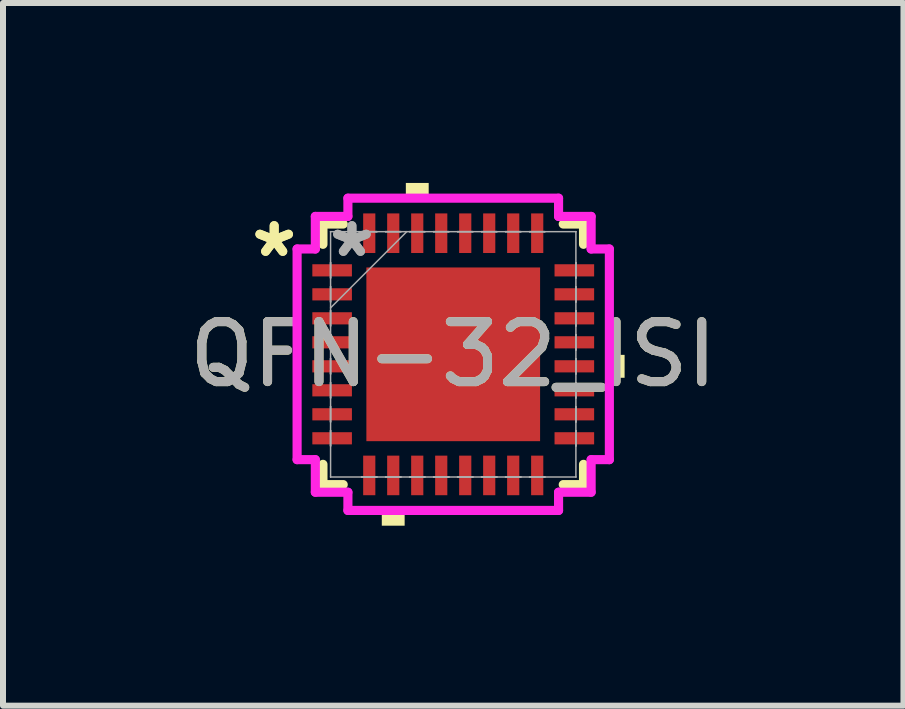
<source format=kicad_pcb>
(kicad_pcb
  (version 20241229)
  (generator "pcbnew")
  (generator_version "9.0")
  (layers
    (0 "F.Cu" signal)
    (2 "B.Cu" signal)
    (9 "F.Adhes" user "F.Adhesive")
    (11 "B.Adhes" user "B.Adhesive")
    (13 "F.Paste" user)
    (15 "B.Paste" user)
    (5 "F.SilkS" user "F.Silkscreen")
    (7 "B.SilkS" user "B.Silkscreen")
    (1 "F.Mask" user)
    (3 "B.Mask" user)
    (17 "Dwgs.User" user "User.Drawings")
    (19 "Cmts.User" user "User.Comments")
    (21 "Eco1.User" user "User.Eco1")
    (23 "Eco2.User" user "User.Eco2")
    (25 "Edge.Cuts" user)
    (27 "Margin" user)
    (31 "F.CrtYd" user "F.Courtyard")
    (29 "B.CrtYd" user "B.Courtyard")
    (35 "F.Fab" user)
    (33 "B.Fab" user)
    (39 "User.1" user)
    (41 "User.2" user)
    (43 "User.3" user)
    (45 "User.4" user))
  (footprint "QFN-32_ISI"
    (layer "F.Cu")
    (at 4.506 2.857)
    (property "Reference" "QFN-32_ISI" (at 0 0 0) (unlocked yes) (layer "F.SilkS") (effects (font (size 1 1) (thickness 0.15))))
    (attr smd)
    (fp_line (start -2.172 -2.172) (end -2.172 -1.834) (stroke (width 0.152) (type solid)) (layer "F.SilkS"))
    (fp_line (start -2.172 1.834) (end -2.172 2.172) (stroke (width 0.152) (type solid)) (layer "F.SilkS"))
    (fp_line (start -2.172 2.172) (end -1.834 2.172) (stroke (width 0.152) (type solid)) (layer "F.SilkS"))
    (fp_line (start -1.834 -2.172) (end -2.172 -2.172) (stroke (width 0.152) (type solid)) (layer "F.SilkS"))
    (fp_line (start 1.834 2.172) (end 2.172 2.172) (stroke (width 0.152) (type solid)) (layer "F.SilkS"))
    (fp_line (start 2.172 -2.172) (end 1.834 -2.172) (stroke (width 0.152) (type solid)) (layer "F.SilkS"))
    (fp_line (start 2.172 -1.834) (end 2.172 -2.172) (stroke (width 0.152) (type solid)) (layer "F.SilkS"))
    (fp_line (start 2.172 2.172) (end 2.172 1.834) (stroke (width 0.152) (type solid)) (layer "F.SilkS"))
    (fp_poly (pts (xy -1.191 2.603) (xy -1.191 2.857) (xy -0.81 2.857) (xy -0.81 2.603)) (stroke (width 0) (type solid)) (fill yes) (layer "F.SilkS"))
    (fp_poly (pts (xy -0.79 -2.603) (xy -0.79 -2.857) (xy -0.409 -2.857) (xy -0.409 -2.603)) (stroke (width 0) (type solid)) (fill yes) (layer "F.SilkS"))
    (fp_poly (pts (xy 2.857 0.009) (xy 2.857 0.391) (xy 2.603 0.391) (xy 2.603 0.009)) (stroke (width 0) (type solid)) (fill yes) (layer "F.SilkS"))
    (fp_poly (pts (xy -1.348 -1.348) (xy -1.348 -0.1) (xy -0.1 -0.1) (xy -0.1 -1.348)) (stroke (width 0) (type solid)) (fill yes) (layer "F.Paste"))
    (fp_poly (pts (xy -1.348 0.1) (xy -1.348 1.348) (xy -0.1 1.348) (xy -0.1 0.1)) (stroke (width 0) (type solid)) (fill yes) (layer "F.Paste"))
    (fp_poly (pts (xy 0.1 -1.348) (xy 0.1 -0.1) (xy 1.348 -0.1) (xy 1.348 -1.348)) (stroke (width 0) (type solid)) (fill yes) (layer "F.Paste"))
    (fp_poly (pts (xy 0.1 0.1) (xy 0.1 1.348) (xy 1.348 1.348) (xy 1.348 0.1)) (stroke (width 0) (type solid)) (fill yes) (layer "F.Paste"))
    (fp_line (start -2.603 -1.756) (end -2.299 -1.756) (stroke (width 0.152) (type solid)) (layer "F.CrtYd"))
    (fp_line (start -2.603 1.756) (end -2.603 -1.756) (stroke (width 0.152) (type solid)) (layer "F.CrtYd"))
    (fp_line (start -2.299 -2.299) (end -1.756 -2.299) (stroke (width 0.152) (type solid)) (layer "F.CrtYd"))
    (fp_line (start -2.299 -1.756) (end -2.299 -2.299) (stroke (width 0.152) (type solid)) (layer "F.CrtYd"))
    (fp_line (start -2.299 1.756) (end -2.603 1.756) (stroke (width 0.152) (type solid)) (layer "F.CrtYd"))
    (fp_line (start -2.299 2.299) (end -2.299 1.756) (stroke (width 0.152) (type solid)) (layer "F.CrtYd"))
    (fp_line (start -1.756 -2.603) (end 1.756 -2.603) (stroke (width 0.152) (type solid)) (layer "F.CrtYd"))
    (fp_line (start -1.756 -2.299) (end -1.756 -2.603) (stroke (width 0.152) (type solid)) (layer "F.CrtYd"))
    (fp_line (start -1.756 2.299) (end -2.299 2.299) (stroke (width 0.152) (type solid)) (layer "F.CrtYd"))
    (fp_line (start -1.756 2.603) (end -1.756 2.299) (stroke (width 0.152) (type solid)) (layer "F.CrtYd"))
    (fp_line (start 1.756 -2.603) (end 1.756 -2.299) (stroke (width 0.152) (type solid)) (layer "F.CrtYd"))
    (fp_line (start 1.756 -2.299) (end 2.299 -2.299) (stroke (width 0.152) (type solid)) (layer "F.CrtYd"))
    (fp_line (start 1.756 2.299) (end 1.756 2.603) (stroke (width 0.152) (type solid)) (layer "F.CrtYd"))
    (fp_line (start 1.756 2.603) (end -1.756 2.603) (stroke (width 0.152) (type solid)) (layer "F.CrtYd"))
    (fp_line (start 2.299 -2.299) (end 2.299 -1.756) (stroke (width 0.152) (type solid)) (layer "F.CrtYd"))
    (fp_line (start 2.299 -1.756) (end 2.603 -1.756) (stroke (width 0.152) (type solid)) (layer "F.CrtYd"))
    (fp_line (start 2.299 1.756) (end 2.299 2.299) (stroke (width 0.152) (type solid)) (layer "F.CrtYd"))
    (fp_line (start 2.299 2.299) (end 1.756 2.299) (stroke (width 0.152) (type solid)) (layer "F.CrtYd"))
    (fp_line (start 2.603 -1.756) (end 2.603 1.756) (stroke (width 0.152) (type solid)) (layer "F.CrtYd"))
    (fp_line (start 2.603 1.756) (end 2.299 1.756) (stroke (width 0.152) (type solid)) (layer "F.CrtYd"))
    (fp_line (start -2.045 -2.045) (end -2.045 -2.045) (stroke (width 0.025) (type solid)) (layer "F.Fab"))
    (fp_line (start -2.045 -2.045) (end -2.045 2.045) (stroke (width 0.025) (type solid)) (layer "F.Fab"))
    (fp_line (start -2.045 -1.527) (end -2.045 -1.527) (stroke (width 0.025) (type solid)) (layer "F.Fab"))
    (fp_line (start -2.045 -1.527) (end -2.045 -1.273) (stroke (width 0.025) (type solid)) (layer "F.Fab"))
    (fp_line (start -2.045 -1.273) (end -2.045 -1.527) (stroke (width 0.025) (type solid)) (layer "F.Fab"))
    (fp_line (start -2.045 -1.273) (end -2.045 -1.273) (stroke (width 0.025) (type solid)) (layer "F.Fab"))
    (fp_line (start -2.045 -1.127) (end -2.045 -1.127) (stroke (width 0.025) (type solid)) (layer "F.Fab"))
    (fp_line (start -2.045 -1.127) (end -2.045 -0.873) (stroke (width 0.025) (type solid)) (layer "F.Fab"))
    (fp_line (start -2.045 -0.873) (end -2.045 -1.127) (stroke (width 0.025) (type solid)) (layer "F.Fab"))
    (fp_line (start -2.045 -0.873) (end -2.045 -0.873) (stroke (width 0.025) (type solid)) (layer "F.Fab"))
    (fp_line (start -2.045 -0.775) (end -0.775 -2.045) (stroke (width 0.025) (type solid)) (layer "F.Fab"))
    (fp_line (start -2.045 -0.727) (end -2.045 -0.727) (stroke (width 0.025) (type solid)) (layer "F.Fab"))
    (fp_line (start -2.045 -0.727) (end -2.045 -0.473) (stroke (width 0.025) (type solid)) (layer "F.Fab"))
    (fp_line (start -2.045 -0.473) (end -2.045 -0.727) (stroke (width 0.025) (type solid)) (layer "F.Fab"))
    (fp_line (start -2.045 -0.473) (end -2.045 -0.473) (stroke (width 0.025) (type solid)) (layer "F.Fab"))
    (fp_line (start -2.045 -0.327) (end -2.045 -0.327) (stroke (width 0.025) (type solid)) (layer "F.Fab"))
    (fp_line (start -2.045 -0.327) (end -2.045 -0.073) (stroke (width 0.025) (type solid)) (layer "F.Fab"))
    (fp_line (start -2.045 -0.073) (end -2.045 -0.327) (stroke (width 0.025) (type solid)) (layer "F.Fab"))
    (fp_line (start -2.045 -0.073) (end -2.045 -0.073) (stroke (width 0.025) (type solid)) (layer "F.Fab"))
    (fp_line (start -2.045 0.073) (end -2.045 0.073) (stroke (width 0.025) (type solid)) (layer "F.Fab"))
    (fp_line (start -2.045 0.073) (end -2.045 0.327) (stroke (width 0.025) (type solid)) (layer "F.Fab"))
    (fp_line (start -2.045 0.327) (end -2.045 0.073) (stroke (width 0.025) (type solid)) (layer "F.Fab"))
    (fp_line (start -2.045 0.327) (end -2.045 0.327) (stroke (width 0.025) (type solid)) (layer "F.Fab"))
    (fp_line (start -2.045 0.473) (end -2.045 0.473) (stroke (width 0.025) (type solid)) (layer "F.Fab"))
    (fp_line (start -2.045 0.473) (end -2.045 0.727) (stroke (width 0.025) (type solid)) (layer "F.Fab"))
    (fp_line (start -2.045 0.727) (end -2.045 0.473) (stroke (width 0.025) (type solid)) (layer "F.Fab"))
    (fp_line (start -2.045 0.727) (end -2.045 0.727) (stroke (width 0.025) (type solid)) (layer "F.Fab"))
    (fp_line (start -2.045 0.873) (end -2.045 0.873) (stroke (width 0.025) (type solid)) (layer "F.Fab"))
    (fp_line (start -2.045 0.873) (end -2.045 1.127) (stroke (width 0.025) (type solid)) (layer "F.Fab"))
    (fp_line (start -2.045 1.127) (end -2.045 0.873) (stroke (width 0.025) (type solid)) (layer "F.Fab"))
    (fp_line (start -2.045 1.127) (end -2.045 1.127) (stroke (width 0.025) (type solid)) (layer "F.Fab"))
    (fp_line (start -2.045 1.273) (end -2.045 1.273) (stroke (width 0.025) (type solid)) (layer "F.Fab"))
    (fp_line (start -2.045 1.273) (end -2.045 1.527) (stroke (width 0.025) (type solid)) (layer "F.Fab"))
    (fp_line (start -2.045 1.527) (end -2.045 1.273) (stroke (width 0.025) (type solid)) (layer "F.Fab"))
    (fp_line (start -2.045 1.527) (end -2.045 1.527) (stroke (width 0.025) (type solid)) (layer "F.Fab"))
    (fp_line (start -2.045 2.045) (end -2.045 2.045) (stroke (width 0.025) (type solid)) (layer "F.Fab"))
    (fp_line (start -2.045 2.045) (end 2.045 2.045) (stroke (width 0.025) (type solid)) (layer "F.Fab"))
    (fp_line (start -1.527 -2.045) (end -1.527 -2.045) (stroke (width 0.025) (type solid)) (layer "F.Fab"))
    (fp_line (start -1.527 -2.045) (end -1.273 -2.045) (stroke (width 0.025) (type solid)) (layer "F.Fab"))
    (fp_line (start -1.527 2.045) (end -1.527 2.045) (stroke (width 0.025) (type solid)) (layer "F.Fab"))
    (fp_line (start -1.527 2.045) (end -1.273 2.045) (stroke (width 0.025) (type solid)) (layer "F.Fab"))
    (fp_line (start -1.273 -2.045) (end -1.527 -2.045) (stroke (width 0.025) (type solid)) (layer "F.Fab"))
    (fp_line (start -1.273 -2.045) (end -1.273 -2.045) (stroke (width 0.025) (type solid)) (layer "F.Fab"))
    (fp_line (start -1.273 2.045) (end -1.527 2.045) (stroke (width 0.025) (type solid)) (layer "F.Fab"))
    (fp_line (start -1.273 2.045) (end -1.273 2.045) (stroke (width 0.025) (type solid)) (layer "F.Fab"))
    (fp_line (start -1.127 -2.045) (end -1.127 -2.045) (stroke (width 0.025) (type solid)) (layer "F.Fab"))
    (fp_line (start -1.127 -2.045) (end -0.873 -2.045) (stroke (width 0.025) (type solid)) (layer "F.Fab"))
    (fp_line (start -1.127 2.045) (end -1.127 2.045) (stroke (width 0.025) (type solid)) (layer "F.Fab"))
    (fp_line (start -1.127 2.045) (end -0.873 2.045) (stroke (width 0.025) (type solid)) (layer "F.Fab"))
    (fp_line (start -0.873 -2.045) (end -1.127 -2.045) (stroke (width 0.025) (type solid)) (layer "F.Fab"))
    (fp_line (start -0.873 -2.045) (end -0.873 -2.045) (stroke (width 0.025) (type solid)) (layer "F.Fab"))
    (fp_line (start -0.873 2.045) (end -1.127 2.045) (stroke (width 0.025) (type solid)) (layer "F.Fab"))
    (fp_line (start -0.873 2.045) (end -0.873 2.045) (stroke (width 0.025) (type solid)) (layer "F.Fab"))
    (fp_line (start -0.727 -2.045) (end -0.727 -2.045) (stroke (width 0.025) (type solid)) (layer "F.Fab"))
    (fp_line (start -0.727 -2.045) (end -0.473 -2.045) (stroke (width 0.025) (type solid)) (layer "F.Fab"))
    (fp_line (start -0.727 2.045) (end -0.727 2.045) (stroke (width 0.025) (type solid)) (layer "F.Fab"))
    (fp_line (start -0.727 2.045) (end -0.473 2.045) (stroke (width 0.025) (type solid)) (layer "F.Fab"))
    (fp_line (start -0.473 -2.045) (end -0.727 -2.045) (stroke (width 0.025) (type solid)) (layer "F.Fab"))
    (fp_line (start -0.473 -2.045) (end -0.473 -2.045) (stroke (width 0.025) (type solid)) (layer "F.Fab"))
    (fp_line (start -0.473 2.045) (end -0.727 2.045) (stroke (width 0.025) (type solid)) (layer "F.Fab"))
    (fp_line (start -0.473 2.045) (end -0.473 2.045) (stroke (width 0.025) (type solid)) (layer "F.Fab"))
    (fp_line (start -0.327 -2.045) (end -0.327 -2.045) (stroke (width 0.025) (type solid)) (layer "F.Fab"))
    (fp_line (start -0.327 -2.045) (end -0.073 -2.045) (stroke (width 0.025) (type solid)) (layer "F.Fab"))
    (fp_line (start -0.327 2.045) (end -0.327 2.045) (stroke (width 0.025) (type solid)) (layer "F.Fab"))
    (fp_line (start -0.327 2.045) (end -0.073 2.045) (stroke (width 0.025) (type solid)) (layer "F.Fab"))
    (fp_line (start -0.073 -2.045) (end -0.327 -2.045) (stroke (width 0.025) (type solid)) (layer "F.Fab"))
    (fp_line (start -0.073 -2.045) (end -0.073 -2.045) (stroke (width 0.025) (type solid)) (layer "F.Fab"))
    (fp_line (start -0.073 2.045) (end -0.327 2.045) (stroke (width 0.025) (type solid)) (layer "F.Fab"))
    (fp_line (start -0.073 2.045) (end -0.073 2.045) (stroke (width 0.025) (type solid)) (layer "F.Fab"))
    (fp_line (start 0.073 -2.045) (end 0.073 -2.045) (stroke (width 0.025) (type solid)) (layer "F.Fab"))
    (fp_line (start 0.073 -2.045) (end 0.327 -2.045) (stroke (width 0.025) (type solid)) (layer "F.Fab"))
    (fp_line (start 0.073 2.045) (end 0.073 2.045) (stroke (width 0.025) (type solid)) (layer "F.Fab"))
    (fp_line (start 0.073 2.045) (end 0.327 2.045) (stroke (width 0.025) (type solid)) (layer "F.Fab"))
    (fp_line (start 0.327 -2.045) (end 0.073 -2.045) (stroke (width 0.025) (type solid)) (layer "F.Fab"))
    (fp_line (start 0.327 -2.045) (end 0.327 -2.045) (stroke (width 0.025) (type solid)) (layer "F.Fab"))
    (fp_line (start 0.327 2.045) (end 0.073 2.045) (stroke (width 0.025) (type solid)) (layer "F.Fab"))
    (fp_line (start 0.327 2.045) (end 0.327 2.045) (stroke (width 0.025) (type solid)) (layer "F.Fab"))
    (fp_line (start 0.473 -2.045) (end 0.473 -2.045) (stroke (width 0.025) (type solid)) (layer "F.Fab"))
    (fp_line (start 0.473 -2.045) (end 0.727 -2.045) (stroke (width 0.025) (type solid)) (layer "F.Fab"))
    (fp_line (start 0.473 2.045) (end 0.473 2.045) (stroke (width 0.025) (type solid)) (layer "F.Fab"))
    (fp_line (start 0.473 2.045) (end 0.727 2.045) (stroke (width 0.025) (type solid)) (layer "F.Fab"))
    (fp_line (start 0.727 -2.045) (end 0.473 -2.045) (stroke (width 0.025) (type solid)) (layer "F.Fab"))
    (fp_line (start 0.727 -2.045) (end 0.727 -2.045) (stroke (width 0.025) (type solid)) (layer "F.Fab"))
    (fp_line (start 0.727 2.045) (end 0.473 2.045) (stroke (width 0.025) (type solid)) (layer "F.Fab"))
    (fp_line (start 0.727 2.045) (end 0.727 2.045) (stroke (width 0.025) (type solid)) (layer "F.Fab"))
    (fp_line (start 0.873 -2.045) (end 0.873 -2.045) (stroke (width 0.025) (type solid)) (layer "F.Fab"))
    (fp_line (start 0.873 -2.045) (end 1.127 -2.045) (stroke (width 0.025) (type solid)) (layer "F.Fab"))
    (fp_line (start 0.873 2.045) (end 0.873 2.045) (stroke (width 0.025) (type solid)) (layer "F.Fab"))
    (fp_line (start 0.873 2.045) (end 1.127 2.045) (stroke (width 0.025) (type solid)) (layer "F.Fab"))
    (fp_line (start 1.127 -2.045) (end 0.873 -2.045) (stroke (width 0.025) (type solid)) (layer "F.Fab"))
    (fp_line (start 1.127 -2.045) (end 1.127 -2.045) (stroke (width 0.025) (type solid)) (layer "F.Fab"))
    (fp_line (start 1.127 2.045) (end 0.873 2.045) (stroke (width 0.025) (type solid)) (layer "F.Fab"))
    (fp_line (start 1.127 2.045) (end 1.127 2.045) (stroke (width 0.025) (type solid)) (layer "F.Fab"))
    (fp_line (start 1.273 -2.045) (end 1.273 -2.045) (stroke (width 0.025) (type solid)) (layer "F.Fab"))
    (fp_line (start 1.273 -2.045) (end 1.527 -2.045) (stroke (width 0.025) (type solid)) (layer "F.Fab"))
    (fp_line (start 1.273 2.045) (end 1.273 2.045) (stroke (width 0.025) (type solid)) (layer "F.Fab"))
    (fp_line (start 1.273 2.045) (end 1.527 2.045) (stroke (width 0.025) (type solid)) (layer "F.Fab"))
    (fp_line (start 1.527 -2.045) (end 1.273 -2.045) (stroke (width 0.025) (type solid)) (layer "F.Fab"))
    (fp_line (start 1.527 -2.045) (end 1.527 -2.045) (stroke (width 0.025) (type solid)) (layer "F.Fab"))
    (fp_line (start 1.527 2.045) (end 1.273 2.045) (stroke (width 0.025) (type solid)) (layer "F.Fab"))
    (fp_line (start 1.527 2.045) (end 1.527 2.045) (stroke (width 0.025) (type solid)) (layer "F.Fab"))
    (fp_line (start 2.045 -2.045) (end -2.045 -2.045) (stroke (width 0.025) (type solid)) (layer "F.Fab"))
    (fp_line (start 2.045 -2.045) (end 2.045 -2.045) (stroke (width 0.025) (type solid)) (layer "F.Fab"))
    (fp_line (start 2.045 -1.527) (end 2.045 -1.527) (stroke (width 0.025) (type solid)) (layer "F.Fab"))
    (fp_line (start 2.045 -1.527) (end 2.045 -1.273) (stroke (width 0.025) (type solid)) (layer "F.Fab"))
    (fp_line (start 2.045 -1.273) (end 2.045 -1.527) (stroke (width 0.025) (type solid)) (layer "F.Fab"))
    (fp_line (start 2.045 -1.273) (end 2.045 -1.273) (stroke (width 0.025) (type solid)) (layer "F.Fab"))
    (fp_line (start 2.045 -1.127) (end 2.045 -1.127) (stroke (width 0.025) (type solid)) (layer "F.Fab"))
    (fp_line (start 2.045 -1.127) (end 2.045 -0.873) (stroke (width 0.025) (type solid)) (layer "F.Fab"))
    (fp_line (start 2.045 -0.873) (end 2.045 -1.127) (stroke (width 0.025) (type solid)) (layer "F.Fab"))
    (fp_line (start 2.045 -0.873) (end 2.045 -0.873) (stroke (width 0.025) (type solid)) (layer "F.Fab"))
    (fp_line (start 2.045 -0.727) (end 2.045 -0.727) (stroke (width 0.025) (type solid)) (layer "F.Fab"))
    (fp_line (start 2.045 -0.727) (end 2.045 -0.473) (stroke (width 0.025) (type solid)) (layer "F.Fab"))
    (fp_line (start 2.045 -0.473) (end 2.045 -0.727) (stroke (width 0.025) (type solid)) (layer "F.Fab"))
    (fp_line (start 2.045 -0.473) (end 2.045 -0.473) (stroke (width 0.025) (type solid)) (layer "F.Fab"))
    (fp_line (start 2.045 -0.327) (end 2.045 -0.327) (stroke (width 0.025) (type solid)) (layer "F.Fab"))
    (fp_line (start 2.045 -0.327) (end 2.045 -0.073) (stroke (width 0.025) (type solid)) (layer "F.Fab"))
    (fp_line (start 2.045 -0.073) (end 2.045 -0.327) (stroke (width 0.025) (type solid)) (layer "F.Fab"))
    (fp_line (start 2.045 -0.073) (end 2.045 -0.073) (stroke (width 0.025) (type solid)) (layer "F.Fab"))
    (fp_line (start 2.045 0.073) (end 2.045 0.073) (stroke (width 0.025) (type solid)) (layer "F.Fab"))
    (fp_line (start 2.045 0.073) (end 2.045 0.327) (stroke (width 0.025) (type solid)) (layer "F.Fab"))
    (fp_line (start 2.045 0.327) (end 2.045 0.073) (stroke (width 0.025) (type solid)) (layer "F.Fab"))
    (fp_line (start 2.045 0.327) (end 2.045 0.327) (stroke (width 0.025) (type solid)) (layer "F.Fab"))
    (fp_line (start 2.045 0.473) (end 2.045 0.473) (stroke (width 0.025) (type solid)) (layer "F.Fab"))
    (fp_line (start 2.045 0.473) (end 2.045 0.727) (stroke (width 0.025) (type solid)) (layer "F.Fab"))
    (fp_line (start 2.045 0.727) (end 2.045 0.473) (stroke (width 0.025) (type solid)) (layer "F.Fab"))
    (fp_line (start 2.045 0.727) (end 2.045 0.727) (stroke (width 0.025) (type solid)) (layer "F.Fab"))
    (fp_line (start 2.045 0.873) (end 2.045 0.873) (stroke (width 0.025) (type solid)) (layer "F.Fab"))
    (fp_line (start 2.045 0.873) (end 2.045 1.127) (stroke (width 0.025) (type solid)) (layer "F.Fab"))
    (fp_line (start 2.045 1.127) (end 2.045 0.873) (stroke (width 0.025) (type solid)) (layer "F.Fab"))
    (fp_line (start 2.045 1.127) (end 2.045 1.127) (stroke (width 0.025) (type solid)) (layer "F.Fab"))
    (fp_line (start 2.045 1.273) (end 2.045 1.273) (stroke (width 0.025) (type solid)) (layer "F.Fab"))
    (fp_line (start 2.045 1.273) (end 2.045 1.527) (stroke (width 0.025) (type solid)) (layer "F.Fab"))
    (fp_line (start 2.045 1.527) (end 2.045 1.273) (stroke (width 0.025) (type solid)) (layer "F.Fab"))
    (fp_line (start 2.045 1.527) (end 2.045 1.527) (stroke (width 0.025) (type solid)) (layer "F.Fab"))
    (fp_line (start 2.045 2.045) (end 2.045 -2.045) (stroke (width 0.025) (type solid)) (layer "F.Fab"))
    (fp_line (start 2.045 2.045) (end 2.045 2.045) (stroke (width 0.025) (type solid)) (layer "F.Fab"))
    (fp_text user "*" (at -2.985 -1.6 0) (unlocked yes) (layer "F.SilkS") (effects (font (size 1 1) (thickness 0.15))))
    (fp_text user "*" (at -2.985 -1.6 0) (layer "F.SilkS") (effects (font (size 1 1) (thickness 0.15))))
    (fp_text user "*" (at -1.689 -1.6 0) (unlocked yes) (layer "F.Fab") (effects (font (size 1 1) (thickness 0.15))))
    (fp_text user "${REFERENCE}" (at 0 0 0) (unlocked yes) (layer "F.Fab") (effects (font (size 1 1) (thickness 0.15))))
    (fp_text user "*" (at -1.689 -1.6 0) (layer "F.Fab") (effects (font (size 1 1) (thickness 0.15))))
    (pad "1" smd rect (at -2.019 -1.4 90) (size 0.203 0.66) (layers "F.Cu" "F.Mask" "F.Paste"))
    (pad "2" smd rect (at -2.019 -1 90) (size 0.203 0.66) (layers "F.Cu" "F.Mask" "F.Paste"))
    (pad "3" smd rect (at -2.019 -0.6 90) (size 0.203 0.66) (layers "F.Cu" "F.Mask" "F.Paste"))
    (pad "4" smd rect (at -2.019 -0.2 90) (size 0.203 0.66) (layers "F.Cu" "F.Mask" "F.Paste"))
    (pad "5" smd rect (at -2.019 0.2 90) (size 0.203 0.66) (layers "F.Cu" "F.Mask" "F.Paste"))
    (pad "6" smd rect (at -2.019 0.6 90) (size 0.203 0.66) (layers "F.Cu" "F.Mask" "F.Paste"))
    (pad "7" smd rect (at -2.019 1 90) (size 0.203 0.66) (layers "F.Cu" "F.Mask" "F.Paste"))
    (pad "8" smd rect (at -2.019 1.4 90) (size 0.203 0.66) (layers "F.Cu" "F.Mask" "F.Paste"))
    (pad "9" smd rect (at -1.4 2.019) (size 0.203 0.66) (layers "F.Cu" "F.Mask" "F.Paste"))
    (pad "10" smd rect (at -1 2.019) (size 0.203 0.66) (layers "F.Cu" "F.Mask" "F.Paste"))
    (pad "11" smd rect (at -0.6 2.019) (size 0.203 0.66) (layers "F.Cu" "F.Mask" "F.Paste"))
    (pad "12" smd rect (at -0.2 2.019) (size 0.203 0.66) (layers "F.Cu" "F.Mask" "F.Paste"))
    (pad "13" smd rect (at 0.2 2.019) (size 0.203 0.66) (layers "F.Cu" "F.Mask" "F.Paste"))
    (pad "14" smd rect (at 0.6 2.019) (size 0.203 0.66) (layers "F.Cu" "F.Mask" "F.Paste"))
    (pad "15" smd rect (at 1 2.019) (size 0.203 0.66) (layers "F.Cu" "F.Mask" "F.Paste"))
    (pad "16" smd rect (at 1.4 2.019) (size 0.203 0.66) (layers "F.Cu" "F.Mask" "F.Paste"))
    (pad "17" smd rect (at 2.019 1.4 90) (size 0.203 0.66) (layers "F.Cu" "F.Mask" "F.Paste"))
    (pad "18" smd rect (at 2.019 1 90) (size 0.203 0.66) (layers "F.Cu" "F.Mask" "F.Paste"))
    (pad "19" smd rect (at 2.019 0.6 90) (size 0.203 0.66) (layers "F.Cu" "F.Mask" "F.Paste"))
    (pad "20" smd rect (at 2.019 0.2 90) (size 0.203 0.66) (layers "F.Cu" "F.Mask" "F.Paste"))
    (pad "21" smd rect (at 2.019 -0.2 90) (size 0.203 0.66) (layers "F.Cu" "F.Mask" "F.Paste"))
    (pad "22" smd rect (at 2.019 -0.6 90) (size 0.203 0.66) (layers "F.Cu" "F.Mask" "F.Paste"))
    (pad "23" smd rect (at 2.019 -1 90) (size 0.203 0.66) (layers "F.Cu" "F.Mask" "F.Paste"))
    (pad "24" smd rect (at 2.019 -1.4 90) (size 0.203 0.66) (layers "F.Cu" "F.Mask" "F.Paste"))
    (pad "25" smd rect (at 1.4 -2.019) (size 0.203 0.66) (layers "F.Cu" "F.Mask" "F.Paste"))
    (pad "26" smd rect (at 1 -2.019) (size 0.203 0.66) (layers "F.Cu" "F.Mask" "F.Paste"))
    (pad "27" smd rect (at 0.6 -2.019) (size 0.203 0.66) (layers "F.Cu" "F.Mask" "F.Paste"))
    (pad "28" smd rect (at 0.2 -2.019) (size 0.203 0.66) (layers "F.Cu" "F.Mask" "F.Paste"))
    (pad "29" smd rect (at -0.2 -2.019) (size 0.203 0.66) (layers "F.Cu" "F.Mask" "F.Paste"))
    (pad "30" smd rect (at -0.6 -2.019) (size 0.203 0.66) (layers "F.Cu" "F.Mask" "F.Paste"))
    (pad "31" smd rect (at -1 -2.019) (size 0.203 0.66) (layers "F.Cu" "F.Mask" "F.Paste"))
    (pad "32" smd rect (at -1.4 -2.019) (size 0.203 0.66) (layers "F.Cu" "F.Mask" "F.Paste"))
    (pad "33" smd rect (at 0 0) (size 2.896 2.896) (layers "F.Cu" "F.Mask" "F.Paste")))
  (gr_rect
    (start -3 -3)
    (end 12.012 8.715)
    (stroke (width 0.1) (type default))
    (fill no)
    (layer "Edge.Cuts")))
</source>
